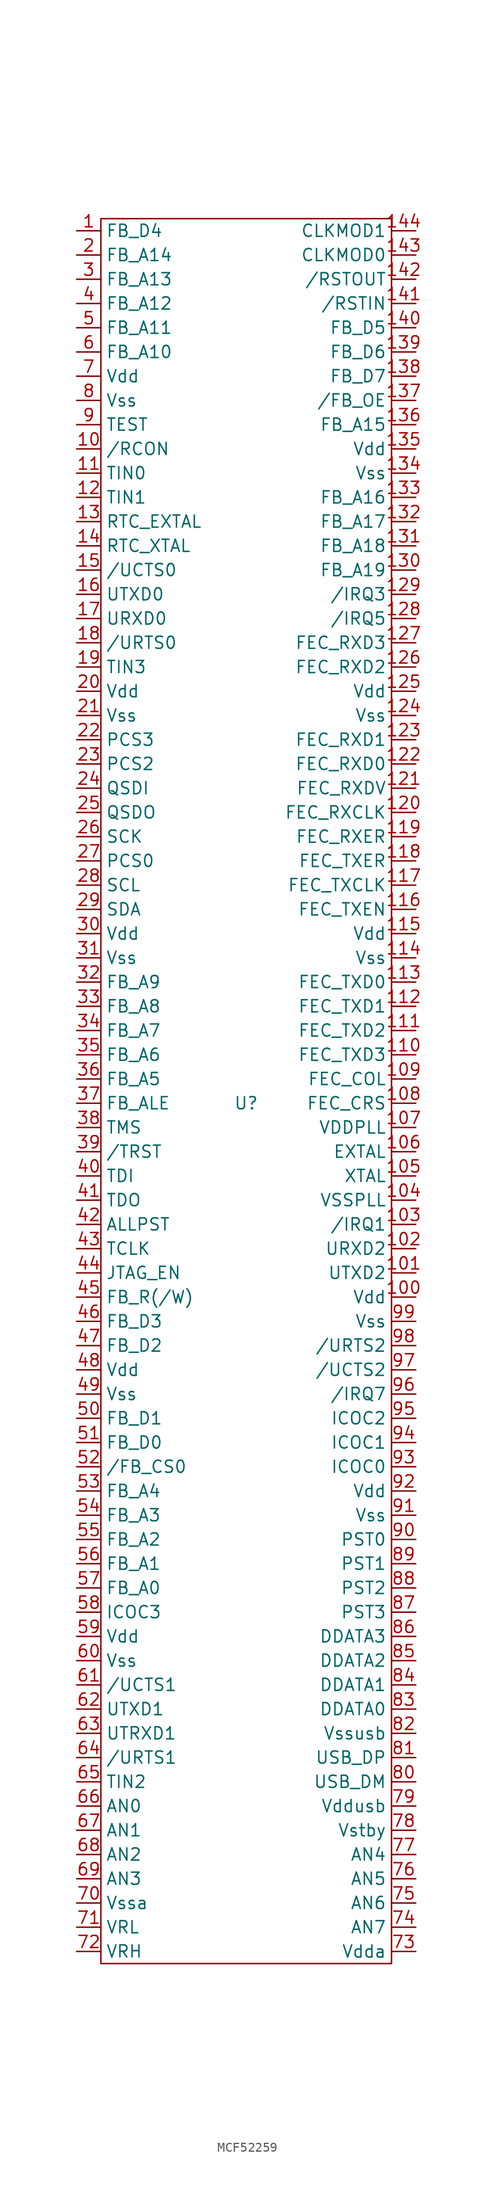
<source format=kicad_sym>
(kicad_symbol_lib
  (version 20241209)
  (generator "kicad_symbol_editor")
  (generator_version "9.0")
  (symbol "MCF52259"
    (property "Reference" "U"
      (at 0 -1.27 0)
      (effects (font (size 1.27 1.27))))
    (property "Value" ""
      (at 0 0 0)
      (effects (font (size 1.27 1.27))))
    (symbol "MCF52259_0_1"
      (rectangle (start -15.24 91.44) (end 15.24 -91.44) (stroke (width 0) (type default)) (fill (type none))))
    (symbol "MCF52259_1_1"
      (pin bidirectional line (at -17.78 90.17 0) (length 2.54) (name "FB_D4" (effects (font (size 1.27 1.27)))) (number "1" (effects (font (size 1.27 1.27)))))
      (pin output line (at -17.78 87.63 0) (length 2.54) (name "FB_A14" (effects (font (size 1.27 1.27)))) (number "2" (effects (font (size 1.27 1.27)))))
      (pin output line (at -17.78 85.09 0) (length 2.54) (name "FB_A13" (effects (font (size 1.27 1.27)))) (number "3" (effects (font (size 1.27 1.27)))))
      (pin output line (at -17.78 82.55 0) (length 2.54) (name "FB_A12" (effects (font (size 1.27 1.27)))) (number "4" (effects (font (size 1.27 1.27)))))
      (pin output line (at -17.78 80.01 0) (length 2.54) (name "FB_A11" (effects (font (size 1.27 1.27)))) (number "5" (effects (font (size 1.27 1.27)))))
      (pin output line (at -17.78 77.47 0) (length 2.54) (name "FB_A10" (effects (font (size 1.27 1.27)))) (number "6" (effects (font (size 1.27 1.27)))))
      (pin power_in line (at -17.78 74.93 0) (length 2.54) (name "Vdd" (effects (font (size 1.27 1.27)))) (number "7" (effects (font (size 1.27 1.27)))))
      (pin power_in line (at -17.78 72.39 0) (length 2.54) (name "Vss" (effects (font (size 1.27 1.27)))) (number "8" (effects (font (size 1.27 1.27)))))
      (pin bidirectional line (at -17.78 69.85 0) (length 2.54) (name "TEST" (effects (font (size 1.27 1.27)))) (number "9" (effects (font (size 1.27 1.27)))))
      (pin input line (at -17.78 67.31 0) (length 2.54) (name "/RCON" (effects (font (size 1.27 1.27)))) (number "10" (effects (font (size 1.27 1.27)))))
      (pin input line (at -17.78 64.77 0) (length 2.54) (name "TIN0" (effects (font (size 1.27 1.27)))) (number "11" (effects (font (size 1.27 1.27)))))
      (pin input line (at -17.78 62.23 0) (length 2.54) (name "TIN1" (effects (font (size 1.27 1.27)))) (number "12" (effects (font (size 1.27 1.27)))))
      (pin input line (at -17.78 59.69 0) (length 2.54) (name "RTC_EXTAL" (effects (font (size 1.27 1.27)))) (number "13" (effects (font (size 1.27 1.27)))))
      (pin input line (at -17.78 57.15 0) (length 2.54) (name "RTC_XTAL" (effects (font (size 1.27 1.27)))) (number "14" (effects (font (size 1.27 1.27)))))
      (pin input line (at -17.78 54.61 0) (length 2.54) (name "/UCTS0" (effects (font (size 1.27 1.27)))) (number "15" (effects (font (size 1.27 1.27)))))
      (pin output line (at -17.78 52.07 0) (length 2.54) (name "UTXD0" (effects (font (size 1.27 1.27)))) (number "16" (effects (font (size 1.27 1.27)))))
      (pin input line (at -17.78 49.53 0) (length 2.54) (name "URXD0" (effects (font (size 1.27 1.27)))) (number "17" (effects (font (size 1.27 1.27)))))
      (pin output line (at -17.78 46.99 0) (length 2.54) (name "/URTS0" (effects (font (size 1.27 1.27)))) (number "18" (effects (font (size 1.27 1.27)))))
      (pin input line (at -17.78 44.45 0) (length 2.54) (name "TIN3" (effects (font (size 1.27 1.27)))) (number "19" (effects (font (size 1.27 1.27)))))
      (pin power_in line (at -17.78 41.91 0) (length 2.54) (name "Vdd" (effects (font (size 1.27 1.27)))) (number "20" (effects (font (size 1.27 1.27)))))
      (pin power_in line (at -17.78 39.37 0) (length 2.54) (name "Vss" (effects (font (size 1.27 1.27)))) (number "21" (effects (font (size 1.27 1.27)))))
      (pin input line (at -17.78 36.83 0) (length 2.54) (name "PCS3" (effects (font (size 1.27 1.27)))) (number "22" (effects (font (size 1.27 1.27)))))
      (pin input line (at -17.78 34.29 0) (length 2.54) (name "PCS2" (effects (font (size 1.27 1.27)))) (number "23" (effects (font (size 1.27 1.27)))))
      (pin input line (at -17.78 31.75 0) (length 2.54) (name "QSDI" (effects (font (size 1.27 1.27)))) (number "24" (effects (font (size 1.27 1.27)))))
      (pin output line (at -17.78 29.21 0) (length 2.54) (name "QSDO" (effects (font (size 1.27 1.27)))) (number "25" (effects (font (size 1.27 1.27)))))
      (pin bidirectional line (at -17.78 26.67 0) (length 2.54) (name "SCK" (effects (font (size 1.27 1.27)))) (number "26" (effects (font (size 1.27 1.27)))))
      (pin input line (at -17.78 24.13 0) (length 2.54) (name "PCS0" (effects (font (size 1.27 1.27)))) (number "27" (effects (font (size 1.27 1.27)))))
      (pin bidirectional line (at -17.78 21.59 0) (length 2.54) (name "SCL" (effects (font (size 1.27 1.27)))) (number "28" (effects (font (size 1.27 1.27)))))
      (pin bidirectional line (at -17.78 19.05 0) (length 2.54) (name "SDA" (effects (font (size 1.27 1.27)))) (number "29" (effects (font (size 1.27 1.27)))))
      (pin power_in line (at -17.78 16.51 0) (length 2.54) (name "Vdd" (effects (font (size 1.27 1.27)))) (number "30" (effects (font (size 1.27 1.27)))))
      (pin power_in line (at -17.78 13.97 0) (length 2.54) (name "Vss" (effects (font (size 1.27 1.27)))) (number "31" (effects (font (size 1.27 1.27)))))
      (pin output line (at -17.78 11.43 0) (length 2.54) (name "FB_A9" (effects (font (size 1.27 1.27)))) (number "32" (effects (font (size 1.27 1.27)))))
      (pin output line (at -17.78 8.89 0) (length 2.54) (name "FB_A8" (effects (font (size 1.27 1.27)))) (number "33" (effects (font (size 1.27 1.27)))))
      (pin output line (at -17.78 6.35 0) (length 2.54) (name "FB_A7" (effects (font (size 1.27 1.27)))) (number "34" (effects (font (size 1.27 1.27)))))
      (pin output line (at -17.78 3.81 0) (length 2.54) (name "FB_A6" (effects (font (size 1.27 1.27)))) (number "35" (effects (font (size 1.27 1.27)))))
      (pin output line (at -17.78 1.27 0) (length 2.54) (name "FB_A5" (effects (font (size 1.27 1.27)))) (number "36" (effects (font (size 1.27 1.27)))))
      (pin output line (at -17.78 -1.27 0) (length 2.54) (name "FB_ALE" (effects (font (size 1.27 1.27)))) (number "37" (effects (font (size 1.27 1.27)))))
      (pin input line (at -17.78 -3.81 0) (length 2.54) (name "TMS" (effects (font (size 1.27 1.27)))) (number "38" (effects (font (size 1.27 1.27)))))
      (pin input line (at -17.78 -6.35 0) (length 2.54) (name "/TRST" (effects (font (size 1.27 1.27)))) (number "39" (effects (font (size 1.27 1.27)))))
      (pin input line (at -17.78 -8.89 0) (length 2.54) (name "TDI" (effects (font (size 1.27 1.27)))) (number "40" (effects (font (size 1.27 1.27)))))
      (pin output line (at -17.78 -11.43 0) (length 2.54) (name "TDO" (effects (font (size 1.27 1.27)))) (number "41" (effects (font (size 1.27 1.27)))))
      (pin output line (at -17.78 -13.97 0) (length 2.54) (name "ALLPST" (effects (font (size 1.27 1.27)))) (number "42" (effects (font (size 1.27 1.27)))))
      (pin input line (at -17.78 -16.51 0) (length 2.54) (name "TCLK" (effects (font (size 1.27 1.27)))) (number "43" (effects (font (size 1.27 1.27)))))
      (pin input line (at -17.78 -19.05 0) (length 2.54) (name "JTAG_EN" (effects (font (size 1.27 1.27)))) (number "44" (effects (font (size 1.27 1.27)))))
      (pin output line (at -17.78 -21.59 0) (length 2.54) (name "FB_R(/W)" (effects (font (size 1.27 1.27)))) (number "45" (effects (font (size 1.27 1.27)))))
      (pin bidirectional line (at -17.78 -24.13 0) (length 2.54) (name "FB_D3" (effects (font (size 1.27 1.27)))) (number "46" (effects (font (size 1.27 1.27)))))
      (pin bidirectional line (at -17.78 -26.67 0) (length 2.54) (name "FB_D2" (effects (font (size 1.27 1.27)))) (number "47" (effects (font (size 1.27 1.27)))))
      (pin power_in line (at -17.78 -29.21 0) (length 2.54) (name "Vdd" (effects (font (size 1.27 1.27)))) (number "48" (effects (font (size 1.27 1.27)))))
      (pin power_in line (at -17.78 -31.75 0) (length 2.54) (name "Vss" (effects (font (size 1.27 1.27)))) (number "49" (effects (font (size 1.27 1.27)))))
      (pin bidirectional line (at -17.78 -34.29 0) (length 2.54) (name "FB_D1" (effects (font (size 1.27 1.27)))) (number "50" (effects (font (size 1.27 1.27)))))
      (pin bidirectional line (at -17.78 -36.83 0) (length 2.54) (name "FB_D0" (effects (font (size 1.27 1.27)))) (number "51" (effects (font (size 1.27 1.27)))))
      (pin output line (at -17.78 -39.37 0) (length 2.54) (name "/FB_CS0" (effects (font (size 1.27 1.27)))) (number "52" (effects (font (size 1.27 1.27)))))
      (pin output line (at -17.78 -41.91 0) (length 2.54) (name "FB_A4" (effects (font (size 1.27 1.27)))) (number "53" (effects (font (size 1.27 1.27)))))
      (pin output line (at -17.78 -44.45 0) (length 2.54) (name "FB_A3" (effects (font (size 1.27 1.27)))) (number "54" (effects (font (size 1.27 1.27)))))
      (pin output line (at -17.78 -46.99 0) (length 2.54) (name "FB_A2" (effects (font (size 1.27 1.27)))) (number "55" (effects (font (size 1.27 1.27)))))
      (pin output line (at -17.78 -49.53 0) (length 2.54) (name "FB_A1" (effects (font (size 1.27 1.27)))) (number "56" (effects (font (size 1.27 1.27)))))
      (pin output line (at -17.78 -52.07 0) (length 2.54) (name "FB_A0" (effects (font (size 1.27 1.27)))) (number "57" (effects (font (size 1.27 1.27)))))
      (pin bidirectional line (at -17.78 -54.61 0) (length 2.54) (name "ICOC3" (effects (font (size 1.27 1.27)))) (number "58" (effects (font (size 1.27 1.27)))))
      (pin power_in line (at -17.78 -57.15 0) (length 2.54) (name "Vdd" (effects (font (size 1.27 1.27)))) (number "59" (effects (font (size 1.27 1.27)))))
      (pin power_in line (at -17.78 -59.69 0) (length 2.54) (name "Vss" (effects (font (size 1.27 1.27)))) (number "60" (effects (font (size 1.27 1.27)))))
      (pin input line (at -17.78 -62.23 0) (length 2.54) (name "/UCTS1" (effects (font (size 1.27 1.27)))) (number "61" (effects (font (size 1.27 1.27)))))
      (pin output line (at -17.78 -64.77 0) (length 2.54) (name "UTXD1" (effects (font (size 1.27 1.27)))) (number "62" (effects (font (size 1.27 1.27)))))
      (pin input line (at -17.78 -67.31 0) (length 2.54) (name "UTRXD1" (effects (font (size 1.27 1.27)))) (number "63" (effects (font (size 1.27 1.27)))))
      (pin output line (at -17.78 -69.85 0) (length 2.54) (name "/URTS1" (effects (font (size 1.27 1.27)))) (number "64" (effects (font (size 1.27 1.27)))))
      (pin input line (at -17.78 -72.39 0) (length 2.54) (name "TIN2" (effects (font (size 1.27 1.27)))) (number "65" (effects (font (size 1.27 1.27)))))
      (pin input line (at -17.78 -74.93 0) (length 2.54) (name "AN0" (effects (font (size 1.27 1.27)))) (number "66" (effects (font (size 1.27 1.27)))))
      (pin input line (at -17.78 -77.47 0) (length 2.54) (name "AN1" (effects (font (size 1.27 1.27)))) (number "67" (effects (font (size 1.27 1.27)))))
      (pin input line (at -17.78 -80.01 0) (length 2.54) (name "AN2" (effects (font (size 1.27 1.27)))) (number "68" (effects (font (size 1.27 1.27)))))
      (pin input line (at -17.78 -82.55 0) (length 2.54) (name "AN3" (effects (font (size 1.27 1.27)))) (number "69" (effects (font (size 1.27 1.27)))))
      (pin power_in line (at -17.78 -85.09 0) (length 2.54) (name "Vssa" (effects (font (size 1.27 1.27)))) (number "70" (effects (font (size 1.27 1.27)))))
      (pin input line (at -17.78 -87.63 0) (length 2.54) (name "VRL" (effects (font (size 1.27 1.27)))) (number "71" (effects (font (size 1.27 1.27)))))
      (pin input line (at -17.78 -90.17 0) (length 2.54) (name "VRH" (effects (font (size 1.27 1.27)))) (number "72" (effects (font (size 1.27 1.27)))))
      (pin input line (at 17.78 90.17 180) (length 2.54) (name "CLKMOD1" (effects (font (size 1.27 1.27)))) (number "144" (effects (font (size 1.27 1.27)))))
      (pin input line (at 17.78 87.63 180) (length 2.54) (name "CLKMOD0" (effects (font (size 1.27 1.27)))) (number "143" (effects (font (size 1.27 1.27)))))
      (pin output line (at 17.78 85.09 180) (length 2.54) (name "/RSTOUT" (effects (font (size 1.27 1.27)))) (number "142" (effects (font (size 1.27 1.27)))))
      (pin input line (at 17.78 82.55 180) (length 2.54) (name "/RSTIN" (effects (font (size 1.27 1.27)))) (number "141" (effects (font (size 1.27 1.27)))))
      (pin bidirectional line (at 17.78 80.01 180) (length 2.54) (name "FB_D5" (effects (font (size 1.27 1.27)))) (number "140" (effects (font (size 1.27 1.27)))))
      (pin bidirectional line (at 17.78 77.47 180) (length 2.54) (name "FB_D6" (effects (font (size 1.27 1.27)))) (number "139" (effects (font (size 1.27 1.27)))))
      (pin bidirectional line (at 17.78 74.93 180) (length 2.54) (name "FB_D7" (effects (font (size 1.27 1.27)))) (number "138" (effects (font (size 1.27 1.27)))))
      (pin output line (at 17.78 72.39 180) (length 2.54) (name "/FB_OE" (effects (font (size 1.27 1.27)))) (number "137" (effects (font (size 1.27 1.27)))))
      (pin output line (at 17.78 69.85 180) (length 2.54) (name "FB_A15" (effects (font (size 1.27 1.27)))) (number "136" (effects (font (size 1.27 1.27)))))
      (pin power_in line (at 17.78 67.31 180) (length 2.54) (name "Vdd" (effects (font (size 1.27 1.27)))) (number "135" (effects (font (size 1.27 1.27)))))
      (pin power_in line (at 17.78 64.77 180) (length 2.54) (name "Vss" (effects (font (size 1.27 1.27)))) (number "134" (effects (font (size 1.27 1.27)))))
      (pin output line (at 17.78 62.23 180) (length 2.54) (name "FB_A16" (effects (font (size 1.27 1.27)))) (number "133" (effects (font (size 1.27 1.27)))))
      (pin output line (at 17.78 59.69 180) (length 2.54) (name "FB_A17" (effects (font (size 1.27 1.27)))) (number "132" (effects (font (size 1.27 1.27)))))
      (pin output line (at 17.78 57.15 180) (length 2.54) (name "FB_A18" (effects (font (size 1.27 1.27)))) (number "131" (effects (font (size 1.27 1.27)))))
      (pin output line (at 17.78 54.61 180) (length 2.54) (name "FB_A19" (effects (font (size 1.27 1.27)))) (number "130" (effects (font (size 1.27 1.27)))))
      (pin input line (at 17.78 52.07 180) (length 2.54) (name "/IRQ3" (effects (font (size 1.27 1.27)))) (number "129" (effects (font (size 1.27 1.27)))))
      (pin input line (at 17.78 49.53 180) (length 2.54) (name "/IRQ5" (effects (font (size 1.27 1.27)))) (number "128" (effects (font (size 1.27 1.27)))))
      (pin input line (at 17.78 46.99 180) (length 2.54) (name "FEC_RXD3" (effects (font (size 1.27 1.27)))) (number "127" (effects (font (size 1.27 1.27)))))
      (pin input line (at 17.78 44.45 180) (length 2.54) (name "FEC_RXD2" (effects (font (size 1.27 1.27)))) (number "126" (effects (font (size 1.27 1.27)))))
      (pin power_in line (at 17.78 41.91 180) (length 2.54) (name "Vdd" (effects (font (size 1.27 1.27)))) (number "125" (effects (font (size 1.27 1.27)))))
      (pin power_in line (at 17.78 39.37 180) (length 2.54) (name "Vss" (effects (font (size 1.27 1.27)))) (number "124" (effects (font (size 1.27 1.27)))))
      (pin input line (at 17.78 36.83 180) (length 2.54) (name "FEC_RXD1" (effects (font (size 1.27 1.27)))) (number "123" (effects (font (size 1.27 1.27)))))
      (pin input line (at 17.78 34.29 180) (length 2.54) (name "FEC_RXD0" (effects (font (size 1.27 1.27)))) (number "122" (effects (font (size 1.27 1.27)))))
      (pin input line (at 17.78 31.75 180) (length 2.54) (name "FEC_RXDV" (effects (font (size 1.27 1.27)))) (number "121" (effects (font (size 1.27 1.27)))))
      (pin input line (at 17.78 29.21 180) (length 2.54) (name "FEC_RXCLK" (effects (font (size 1.27 1.27)))) (number "120" (effects (font (size 1.27 1.27)))))
      (pin input line (at 17.78 26.67 180) (length 2.54) (name "FEC_RXER" (effects (font (size 1.27 1.27)))) (number "119" (effects (font (size 1.27 1.27)))))
      (pin output line (at 17.78 24.13 180) (length 2.54) (name "FEC_TXER" (effects (font (size 1.27 1.27)))) (number "118" (effects (font (size 1.27 1.27)))))
      (pin output line (at 17.78 21.59 180) (length 2.54) (name "FEC_TXCLK" (effects (font (size 1.27 1.27)))) (number "117" (effects (font (size 1.27 1.27)))))
      (pin output line (at 17.78 19.05 180) (length 2.54) (name "FEC_TXEN" (effects (font (size 1.27 1.27)))) (number "116" (effects (font (size 1.27 1.27)))))
      (pin power_out line (at 17.78 16.51 180) (length 2.54) (name "Vdd" (effects (font (size 1.27 1.27)))) (number "115" (effects (font (size 1.27 1.27)))))
      (pin power_in line (at 17.78 13.97 180) (length 2.54) (name "Vss" (effects (font (size 1.27 1.27)))) (number "114" (effects (font (size 1.27 1.27)))))
      (pin output line (at 17.78 11.43 180) (length 2.54) (name "FEC_TXD0" (effects (font (size 1.27 1.27)))) (number "113" (effects (font (size 1.27 1.27)))))
      (pin output line (at 17.78 8.89 180) (length 2.54) (name "FEC_TXD1" (effects (font (size 1.27 1.27)))) (number "112" (effects (font (size 1.27 1.27)))))
      (pin output line (at 17.78 6.35 180) (length 2.54) (name "FEC_TXD2" (effects (font (size 1.27 1.27)))) (number "111" (effects (font (size 1.27 1.27)))))
      (pin output line (at 17.78 3.81 180) (length 2.54) (name "FEC_TXD3" (effects (font (size 1.27 1.27)))) (number "110" (effects (font (size 1.27 1.27)))))
      (pin input line (at 17.78 1.27 180) (length 2.54) (name "FEC_COL" (effects (font (size 1.27 1.27)))) (number "109" (effects (font (size 1.27 1.27)))))
      (pin input line (at 17.78 -1.27 180) (length 2.54) (name "FEC_CRS" (effects (font (size 1.27 1.27)))) (number "108" (effects (font (size 1.27 1.27)))))
      (pin power_in line (at 17.78 -3.81 180) (length 2.54) (name "VDDPLL" (effects (font (size 1.27 1.27)))) (number "107" (effects (font (size 1.27 1.27)))))
      (pin input line (at 17.78 -6.35 180) (length 2.54) (name "EXTAL" (effects (font (size 1.27 1.27)))) (number "106" (effects (font (size 1.27 1.27)))))
      (pin output line (at 17.78 -8.89 180) (length 2.54) (name "XTAL" (effects (font (size 1.27 1.27)))) (number "105" (effects (font (size 1.27 1.27)))))
      (pin power_in line (at 17.78 -11.43 180) (length 2.54) (name "VSSPLL" (effects (font (size 1.27 1.27)))) (number "104" (effects (font (size 1.27 1.27)))))
      (pin input line (at 17.78 -13.97 180) (length 2.54) (name "/IRQ1" (effects (font (size 1.27 1.27)))) (number "103" (effects (font (size 1.27 1.27)))))
      (pin input line (at 17.78 -16.51 180) (length 2.54) (name "URXD2" (effects (font (size 1.27 1.27)))) (number "102" (effects (font (size 1.27 1.27)))))
      (pin output line (at 17.78 -19.05 180) (length 2.54) (name "UTXD2" (effects (font (size 1.27 1.27)))) (number "101" (effects (font (size 1.27 1.27)))))
      (pin power_in line (at 17.78 -21.59 180) (length 2.54) (name "Vdd" (effects (font (size 1.27 1.27)))) (number "100" (effects (font (size 1.27 1.27)))))
      (pin power_in line (at 17.78 -24.13 180) (length 2.54) (name "Vss" (effects (font (size 1.27 1.27)))) (number "99" (effects (font (size 1.27 1.27)))))
      (pin output line (at 17.78 -26.67 180) (length 2.54) (name "/URTS2" (effects (font (size 1.27 1.27)))) (number "98" (effects (font (size 1.27 1.27)))))
      (pin input line (at 17.78 -29.21 180) (length 2.54) (name "/UCTS2" (effects (font (size 1.27 1.27)))) (number "97" (effects (font (size 1.27 1.27)))))
      (pin input line (at 17.78 -31.75 180) (length 2.54) (name "/IRQ7" (effects (font (size 1.27 1.27)))) (number "96" (effects (font (size 1.27 1.27)))))
      (pin bidirectional line (at 17.78 -34.29 180) (length 2.54) (name "ICOC2" (effects (font (size 1.27 1.27)))) (number "95" (effects (font (size 1.27 1.27)))))
      (pin bidirectional line (at 17.78 -36.83 180) (length 2.54) (name "ICOC1" (effects (font (size 1.27 1.27)))) (number "94" (effects (font (size 1.27 1.27)))))
      (pin bidirectional line (at 17.78 -39.37 180) (length 2.54) (name "ICOC0" (effects (font (size 1.27 1.27)))) (number "93" (effects (font (size 1.27 1.27)))))
      (pin power_in line (at 17.78 -41.91 180) (length 2.54) (name "Vdd" (effects (font (size 1.27 1.27)))) (number "92" (effects (font (size 1.27 1.27)))))
      (pin power_in line (at 17.78 -44.45 180) (length 2.54) (name "Vss" (effects (font (size 1.27 1.27)))) (number "91" (effects (font (size 1.27 1.27)))))
      (pin output line (at 17.78 -46.99 180) (length 2.54) (name "PST0" (effects (font (size 1.27 1.27)))) (number "90" (effects (font (size 1.27 1.27)))))
      (pin output line (at 17.78 -49.53 180) (length 2.54) (name "PST1" (effects (font (size 1.27 1.27)))) (number "89" (effects (font (size 1.27 1.27)))))
      (pin output line (at 17.78 -52.07 180) (length 2.54) (name "PST2" (effects (font (size 1.27 1.27)))) (number "88" (effects (font (size 1.27 1.27)))))
      (pin output line (at 17.78 -54.61 180) (length 2.54) (name "PST3" (effects (font (size 1.27 1.27)))) (number "87" (effects (font (size 1.27 1.27)))))
      (pin output line (at 17.78 -57.15 180) (length 2.54) (name "DDATA3" (effects (font (size 1.27 1.27)))) (number "86" (effects (font (size 1.27 1.27)))))
      (pin output line (at 17.78 -59.69 180) (length 2.54) (name "DDATA2" (effects (font (size 1.27 1.27)))) (number "85" (effects (font (size 1.27 1.27)))))
      (pin output line (at 17.78 -62.23 180) (length 2.54) (name "DDATA1" (effects (font (size 1.27 1.27)))) (number "84" (effects (font (size 1.27 1.27)))))
      (pin output line (at 17.78 -64.77 180) (length 2.54) (name "DDATA0" (effects (font (size 1.27 1.27)))) (number "83" (effects (font (size 1.27 1.27)))))
      (pin power_in line (at 17.78 -67.31 180) (length 2.54) (name "Vssusb" (effects (font (size 1.27 1.27)))) (number "82" (effects (font (size 1.27 1.27)))))
      (pin bidirectional line (at 17.78 -69.85 180) (length 2.54) (name "USB_DP" (effects (font (size 1.27 1.27)))) (number "81" (effects (font (size 1.27 1.27)))))
      (pin bidirectional line (at 17.78 -72.39 180) (length 2.54) (name "USB_DM" (effects (font (size 1.27 1.27)))) (number "80" (effects (font (size 1.27 1.27)))))
      (pin power_in line (at 17.78 -74.93 180) (length 2.54) (name "Vddusb" (effects (font (size 1.27 1.27)))) (number "79" (effects (font (size 1.27 1.27)))))
      (pin power_in line (at 17.78 -77.47 180) (length 2.54) (name "Vstby" (effects (font (size 1.27 1.27)))) (number "78" (effects (font (size 1.27 1.27)))))
      (pin input line (at 17.78 -80.01 180) (length 2.54) (name "AN4" (effects (font (size 1.27 1.27)))) (number "77" (effects (font (size 1.27 1.27)))))
      (pin input line (at 17.78 -82.55 180) (length 2.54) (name "AN5" (effects (font (size 1.27 1.27)))) (number "76" (effects (font (size 1.27 1.27)))))
      (pin input line (at 17.78 -85.09 180) (length 2.54) (name "AN6" (effects (font (size 1.27 1.27)))) (number "75" (effects (font (size 1.27 1.27)))))
      (pin input line (at 17.78 -87.63 180) (length 2.54) (name "AN7" (effects (font (size 1.27 1.27)))) (number "74" (effects (font (size 1.27 1.27)))))
      (pin power_in line (at 17.78 -90.17 180) (length 2.54) (name "Vdda" (effects (font (size 1.27 1.27)))) (number "73" (effects (font (size 1.27 1.27))))))))
</source>
